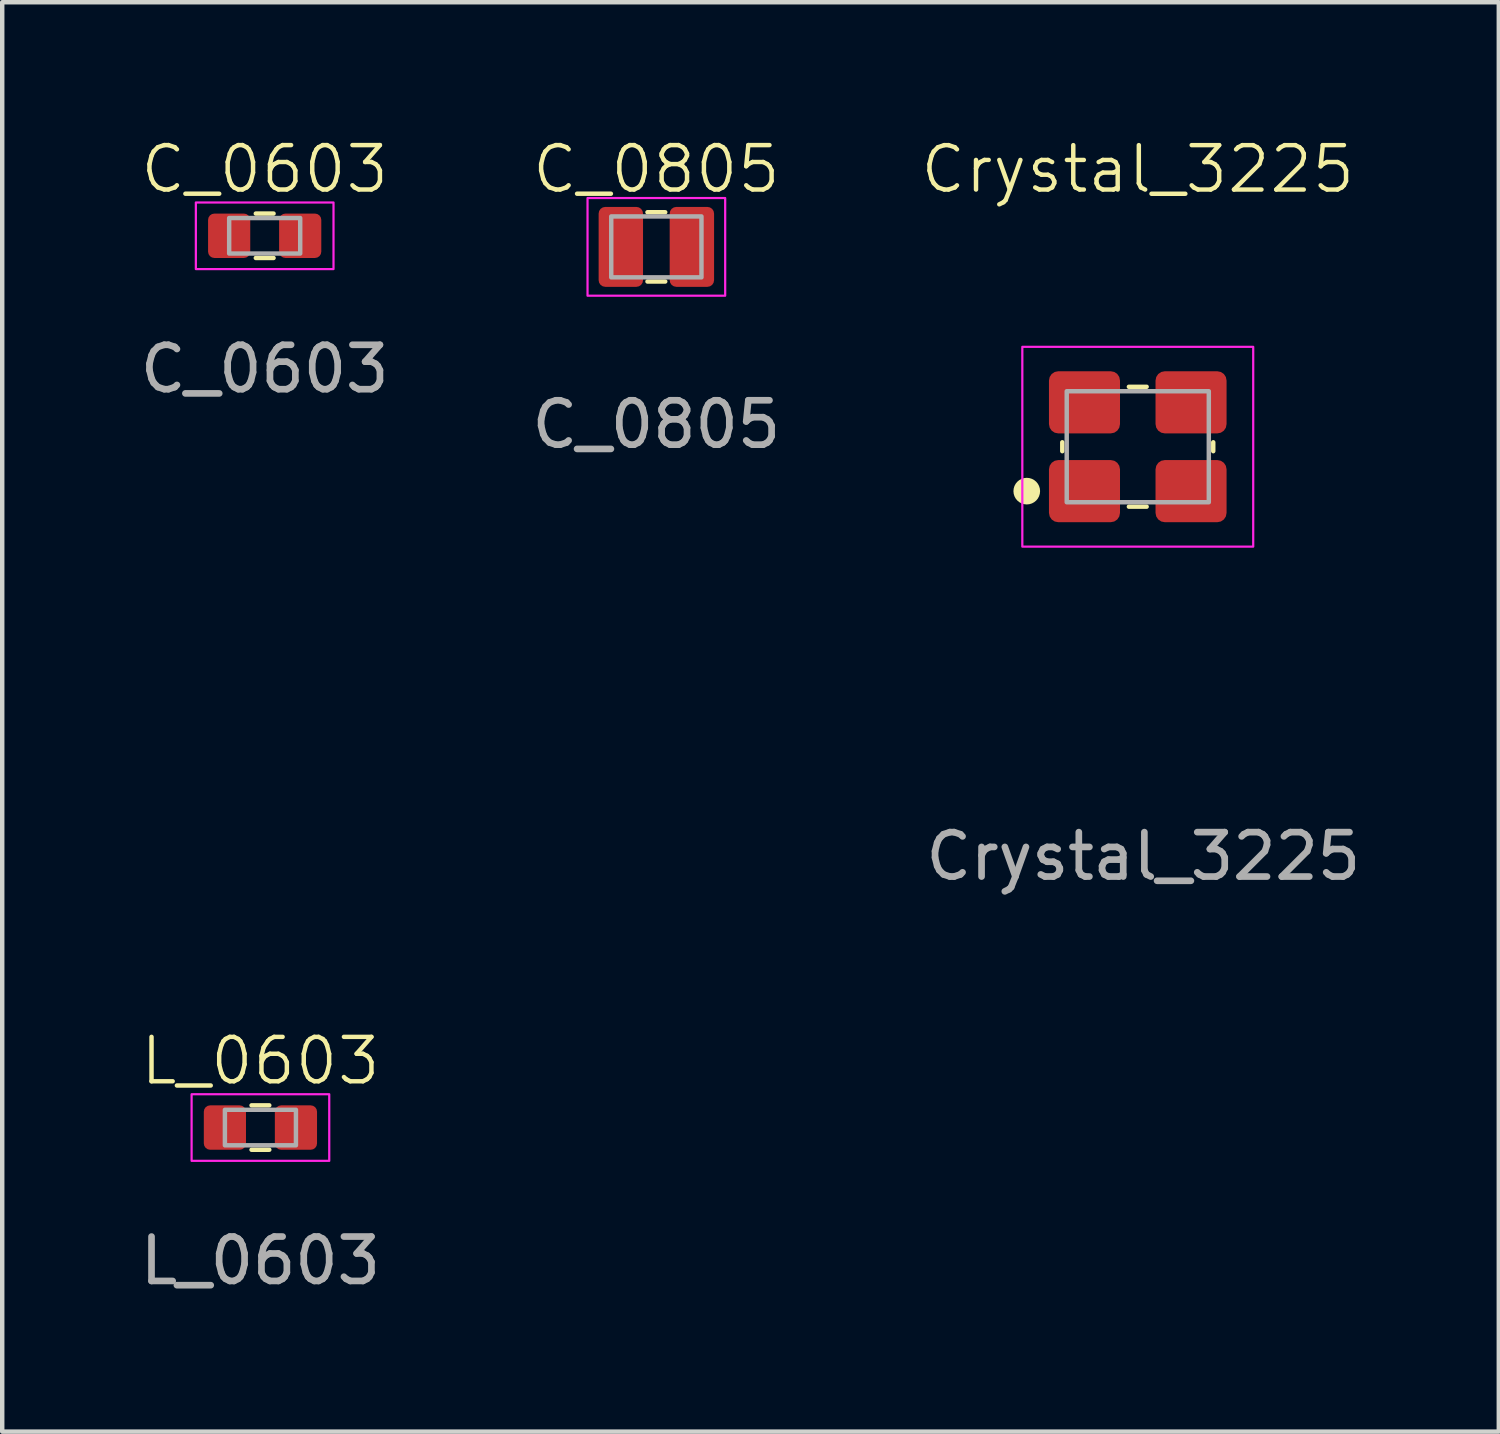
<source format=kicad_pcb>
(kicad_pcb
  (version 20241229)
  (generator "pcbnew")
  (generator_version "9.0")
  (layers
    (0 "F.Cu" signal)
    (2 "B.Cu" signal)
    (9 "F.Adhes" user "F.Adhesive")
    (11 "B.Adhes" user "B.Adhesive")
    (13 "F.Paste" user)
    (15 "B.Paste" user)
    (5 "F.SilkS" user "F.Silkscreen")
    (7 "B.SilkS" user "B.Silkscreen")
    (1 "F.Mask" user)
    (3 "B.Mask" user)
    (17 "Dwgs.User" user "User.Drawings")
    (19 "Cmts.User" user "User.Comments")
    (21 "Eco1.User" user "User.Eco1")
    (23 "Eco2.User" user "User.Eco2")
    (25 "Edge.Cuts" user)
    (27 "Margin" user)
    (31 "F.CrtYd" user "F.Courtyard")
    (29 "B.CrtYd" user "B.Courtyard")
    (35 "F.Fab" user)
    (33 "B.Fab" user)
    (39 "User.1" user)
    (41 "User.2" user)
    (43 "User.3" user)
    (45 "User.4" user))
  (footprint "Crystal_3225"
    (layer "F.Cu")
    (at 22.574 7.011)
    (property "Reference" "Crystal_3225" (at 0 -6.25 0) (unlocked yes) (layer "F.SilkS") (effects (font (size 1 1) (thickness 0.1))))
    (attr smd)
    (fp_line (start -1.7 0.1) (end -1.7 -0.1) (stroke (width 0.1) (type solid)) (layer "F.SilkS"))
    (fp_line (start -0.2 -1.35) (end 0.2 -1.35) (stroke (width 0.1) (type solid)) (layer "F.SilkS"))
    (fp_line (start -0.2 1.35) (end 0.2 1.35) (stroke (width 0.1) (type solid)) (layer "F.SilkS"))
    (fp_line (start 1.7 0.1) (end 1.7 -0.1) (stroke (width 0.1) (type solid)) (layer "F.SilkS"))
    (fp_circle (center -2.5 1) (end -2.25 1) (stroke (width 0.1) (type solid)) (fill yes) (layer "F.SilkS"))
    (fp_rect (start -2.6 -2.25) (end 2.6 2.25) (stroke (width 0.05) (type solid)) (fill no) (layer "F.CrtYd"))
    (fp_rect (start -1.6 -1.25) (end 1.6 1.25) (stroke (width 0.1) (type solid)) (fill no) (layer "F.Fab"))
    (fp_text user "${REFERENCE}" (at 0.125 9.225 0) (unlocked yes) (layer "F.Fab") (effects (font (size 1 1) (thickness 0.15))))
    (pad "1" smd roundrect (at -1.2 1) (size 1.6 1.4) (layers "F.Cu" "F.Mask" "F.Paste") (roundrect_rratio 0.15))
    (pad "2" smd roundrect (at 1.2 1) (size 1.6 1.4) (layers "F.Cu" "F.Mask" "F.Paste") (roundrect_rratio 0.15))
    (pad "3" smd roundrect (at 1.2 -1) (size 1.6 1.4) (layers "F.Cu" "F.Mask" "F.Paste") (roundrect_rratio 0.15))
    (pad "4" smd roundrect (at -1.2 -1) (size 1.6 1.4) (layers "F.Cu" "F.Mask" "F.Paste") (roundrect_rratio 0.15)))
  (footprint "C_0603"
    (layer "F.Cu")
    (at 2.911 2.26)
    (property "Reference" "C_0603" (at 0 -1.5 0) (unlocked yes) (layer "F.SilkS") (effects (font (size 1 1) (thickness 0.1))))
    (attr smd)
    (fp_line (start -0.2 -0.5) (end 0.2 -0.5) (stroke (width 0.1) (type default)) (layer "F.SilkS"))
    (fp_line (start -0.2 0.5) (end 0.2 0.5) (stroke (width 0.1) (type default)) (layer "F.SilkS"))
    (fp_rect (start -1.55 -0.75) (end 1.55 0.75) (stroke (width 0.05) (type solid)) (fill no) (layer "F.CrtYd"))
    (fp_rect (start -0.8 -0.4) (end 0.8 0.4) (stroke (width 0.1) (type solid)) (fill no) (layer "F.Fab"))
    (fp_text user "${REFERENCE}" (at 0 3 0) (unlocked yes) (layer "F.Fab") (effects (font (size 1 1) (thickness 0.15))))
    (pad "1" smd roundrect (at -0.8 0) (size 0.95 1) (layers "F.Cu" "F.Mask" "F.Paste") (roundrect_rratio 0.15))
    (pad "2" smd roundrect (at 0.8 0) (size 0.95 1) (layers "F.Cu" "F.Mask" "F.Paste") (roundrect_rratio 0.15)))
  (footprint "C_0805"
    (layer "F.Cu")
    (at 11.732 2.51)
    (property "Reference" "C_0805" (at 0 -1.75 0) (unlocked yes) (layer "F.SilkS") (effects (font (size 1 1) (thickness 0.1))))
    (attr smd)
    (fp_line (start -0.2 -0.78) (end 0.2 -0.78) (stroke (width 0.1) (type solid)) (layer "F.SilkS"))
    (fp_line (start -0.2 0.78) (end 0.2 0.78) (stroke (width 0.1) (type solid)) (layer "F.SilkS"))
    (fp_rect (start -1.55 -1.1) (end 1.55 1.1) (stroke (width 0.05) (type solid)) (fill no) (layer "F.CrtYd"))
    (fp_rect (start -1.016 -0.686) (end 1.016 0.686) (stroke (width 0.1) (type solid)) (fill no) (layer "F.Fab"))
    (fp_text user "${REFERENCE}" (at 0 4 0) (unlocked yes) (layer "F.Fab") (effects (font (size 1 1) (thickness 0.15))))
    (pad "1" smd roundrect (at -0.8 0) (size 1 1.8) (layers "F.Cu" "F.Mask" "F.Paste") (roundrect_rratio 0.15))
    (pad "2" smd roundrect (at 0.8 0) (size 1 1.8) (layers "F.Cu" "F.Mask" "F.Paste") (roundrect_rratio 0.15)))
  (footprint "L_0603"
    (layer "F.Cu")
    (at 2.815 22.344)
    (property "Reference" "L_0603" (at 0 -1.5 0) (unlocked yes) (layer "F.SilkS") (effects (font (size 1 1) (thickness 0.1))))
    (attr smd)
    (fp_line (start -0.2 -0.5) (end 0.2 -0.5) (stroke (width 0.1) (type default)) (layer "F.SilkS"))
    (fp_line (start -0.2 0.5) (end 0.2 0.5) (stroke (width 0.1) (type default)) (layer "F.SilkS"))
    (fp_rect (start -1.55 -0.75) (end 1.55 0.75) (stroke (width 0.05) (type solid)) (fill no) (layer "F.CrtYd"))
    (fp_rect (start -0.8 -0.4) (end 0.8 0.4) (stroke (width 0.1) (type solid)) (fill no) (layer "F.Fab"))
    (fp_text user "${REFERENCE}" (at 0 3 0) (unlocked yes) (layer "F.Fab") (effects (font (size 1 1) (thickness 0.15))))
    (pad "1" smd roundrect (at -0.8 0) (size 0.95 1) (layers "F.Cu" "F.Mask" "F.Paste") (roundrect_rratio 0.15))
    (pad "2" smd roundrect (at 0.8 0) (size 0.95 1) (layers "F.Cu" "F.Mask" "F.Paste") (roundrect_rratio 0.15)))
  (gr_rect
    (start -3 -3)
    (end 30.705 29.192)
    (stroke (width 0.1) (type default))
    (fill no)
    (layer "Edge.Cuts")))
</source>
